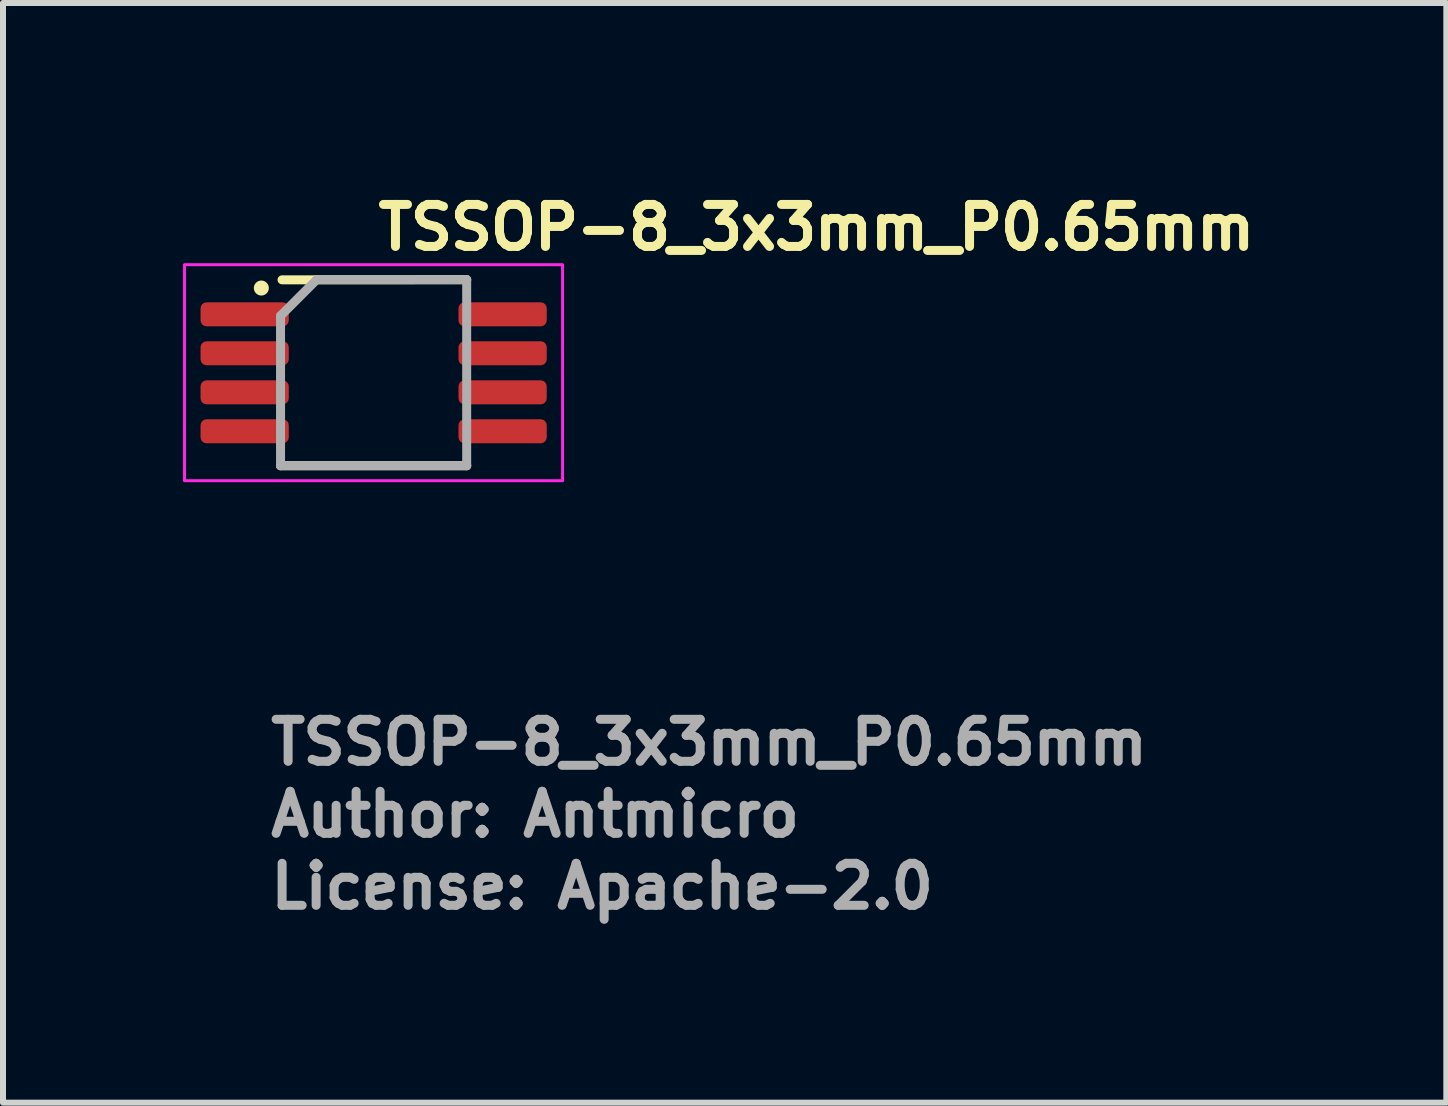
<source format=kicad_pcb>
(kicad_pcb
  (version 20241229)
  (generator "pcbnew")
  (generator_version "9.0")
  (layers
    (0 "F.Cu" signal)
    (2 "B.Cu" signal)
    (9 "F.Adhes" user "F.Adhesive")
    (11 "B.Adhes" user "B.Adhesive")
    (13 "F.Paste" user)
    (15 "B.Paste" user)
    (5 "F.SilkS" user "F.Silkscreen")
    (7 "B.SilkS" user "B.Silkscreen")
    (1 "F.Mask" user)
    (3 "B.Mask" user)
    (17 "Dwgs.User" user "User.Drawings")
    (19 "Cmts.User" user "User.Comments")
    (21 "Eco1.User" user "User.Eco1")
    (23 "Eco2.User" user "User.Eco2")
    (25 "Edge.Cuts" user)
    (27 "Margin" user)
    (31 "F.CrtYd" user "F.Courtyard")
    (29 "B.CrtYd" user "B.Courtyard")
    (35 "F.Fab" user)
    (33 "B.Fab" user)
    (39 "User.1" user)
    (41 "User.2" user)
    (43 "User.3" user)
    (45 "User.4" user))
  (footprint "TSSOP-8_3x3mm_P0.65mm"
    (layer "F.Cu")
    (at 3.175 3.15)
    (property "Reference" "TSSOP-8_3x3mm_P0.65mm" (at 0 -2 0) (layer "F.SilkS") (effects (font (size 0.7 0.7) (thickness 0.15)) (justify left bottom)))
    (attr smd)
    (fp_line (start -1.55 1.561) (end 1.552 1.561) (stroke (width 0.15) (type solid)) (layer "F.SilkS"))
    (fp_line (start -1.525 -1.537) (end 1.552 -1.539) (stroke (width 0.15) (type solid)) (layer "F.SilkS"))
    (fp_circle (center -1.87 -1.4) (end -1.82 -1.4) (stroke (width 0.15) (type solid)) (fill yes) (layer "F.SilkS"))
    (fp_rect (start -3.15 -1.789) (end 3.15 1.811) (stroke (width 0.05) (type solid)) (fill no) (layer "F.CrtYd"))
    (fp_line (start -1.55 -0.937) (end -1.55 1.561) (stroke (width 0.15) (type solid)) (layer "F.Fab"))
    (fp_line (start -1.55 -0.937) (end -0.949 -1.539) (stroke (width 0.15) (type solid)) (layer "F.Fab"))
    (fp_line (start -1.55 1.561) (end 1.552 1.561) (stroke (width 0.15) (type solid)) (layer "F.Fab"))
    (fp_line (start -0.949 -1.539) (end 1.552 -1.539) (stroke (width 0.15) (type solid)) (layer "F.Fab"))
    (fp_line (start 1.552 -1.539) (end 1.552 1.561) (stroke (width 0.15) (type solid)) (layer "F.Fab"))
    (fp_rect (start -2.449 -1.489) (end 2.451 1.513) (stroke (width 0.1) (type solid)) (fill no) (layer "User.5"))
    (fp_line (start -2.449 -0.806) (end -2.449 -1.12) (stroke (width 0.02) (type solid)) (layer "User.9"))
    (fp_line (start -2.449 -0.155) (end -2.449 -0.471) (stroke (width 0.02) (type solid)) (layer "User.9"))
    (fp_line (start -2.449 0.495) (end -2.449 0.18) (stroke (width 0.02) (type solid)) (layer "User.9"))
    (fp_line (start -2.449 1.145) (end -2.449 0.83) (stroke (width 0.02) (type solid)) (layer "User.9"))
    (fp_line (start -2.167 -1.12) (end -2.449 -1.12) (stroke (width 0.02) (type solid)) (layer "User.9"))
    (fp_line (start -2.167 -0.806) (end -2.449 -0.806) (stroke (width 0.02) (type solid)) (layer "User.9"))
    (fp_line (start -2.167 -0.471) (end -2.449 -0.471) (stroke (width 0.02) (type solid)) (layer "User.9"))
    (fp_line (start -2.167 -0.155) (end -2.449 -0.155) (stroke (width 0.02) (type solid)) (layer "User.9"))
    (fp_line (start -2.167 0.18) (end -2.449 0.18) (stroke (width 0.02) (type solid)) (layer "User.9"))
    (fp_line (start -2.167 0.495) (end -2.449 0.495) (stroke (width 0.02) (type solid)) (layer "User.9"))
    (fp_line (start -2.167 0.83) (end -2.449 0.83) (stroke (width 0.02) (type solid)) (layer "User.9"))
    (fp_line (start -2.167 1.145) (end -2.449 1.145) (stroke (width 0.02) (type solid)) (layer "User.9"))
    (fp_line (start -2.076 -1.12) (end -2.167 -1.12) (stroke (width 0.02) (type solid)) (layer "User.9"))
    (fp_line (start -2.076 -0.806) (end -2.167 -0.806) (stroke (width 0.02) (type solid)) (layer "User.9"))
    (fp_line (start -2.076 -0.471) (end -2.167 -0.471) (stroke (width 0.02) (type solid)) (layer "User.9"))
    (fp_line (start -2.076 -0.155) (end -2.167 -0.155) (stroke (width 0.02) (type solid)) (layer "User.9"))
    (fp_line (start -2.076 0.18) (end -2.167 0.18) (stroke (width 0.02) (type solid)) (layer "User.9"))
    (fp_line (start -2.076 0.495) (end -2.167 0.495) (stroke (width 0.02) (type solid)) (layer "User.9"))
    (fp_line (start -2.076 0.83) (end -2.167 0.83) (stroke (width 0.02) (type solid)) (layer "User.9"))
    (fp_line (start -2.076 1.145) (end -2.167 1.145) (stroke (width 0.02) (type solid)) (layer "User.9"))
    (fp_line (start -2.041 -1.12) (end -2.076 -1.12) (stroke (width 0.02) (type solid)) (layer "User.9"))
    (fp_line (start -2.041 -0.806) (end -2.076 -0.806) (stroke (width 0.02) (type solid)) (layer "User.9"))
    (fp_line (start -2.041 -0.471) (end -2.076 -0.471) (stroke (width 0.02) (type solid)) (layer "User.9"))
    (fp_line (start -2.041 -0.155) (end -2.076 -0.155) (stroke (width 0.02) (type solid)) (layer "User.9"))
    (fp_line (start -2.041 0.18) (end -2.076 0.18) (stroke (width 0.02) (type solid)) (layer "User.9"))
    (fp_line (start -2.041 0.495) (end -2.076 0.495) (stroke (width 0.02) (type solid)) (layer "User.9"))
    (fp_line (start -2.041 0.83) (end -2.076 0.83) (stroke (width 0.02) (type solid)) (layer "User.9"))
    (fp_line (start -2.041 1.145) (end -2.076 1.145) (stroke (width 0.02) (type solid)) (layer "User.9"))
    (fp_line (start -1.766 -1.12) (end -2.041 -1.12) (stroke (width 0.02) (type solid)) (layer "User.9"))
    (fp_line (start -1.766 -0.806) (end -2.041 -0.806) (stroke (width 0.02) (type solid)) (layer "User.9"))
    (fp_line (start -1.766 -0.471) (end -2.041 -0.471) (stroke (width 0.02) (type solid)) (layer "User.9"))
    (fp_line (start -1.766 -0.155) (end -2.041 -0.155) (stroke (width 0.02) (type solid)) (layer "User.9"))
    (fp_line (start -1.766 0.18) (end -2.041 0.18) (stroke (width 0.02) (type solid)) (layer "User.9"))
    (fp_line (start -1.766 0.495) (end -2.041 0.495) (stroke (width 0.02) (type solid)) (layer "User.9"))
    (fp_line (start -1.766 0.83) (end -2.041 0.83) (stroke (width 0.02) (type solid)) (layer "User.9"))
    (fp_line (start -1.766 1.145) (end -2.041 1.145) (stroke (width 0.02) (type solid)) (layer "User.9"))
    (fp_line (start -1.499 -1.338) (end -1.499 -1.338) (stroke (width 0.02) (type solid)) (layer "User.9"))
    (fp_line (start -1.499 -1.338) (end -1.499 1.363) (stroke (width 0.02) (type solid)) (layer "User.9"))
    (fp_line (start -1.499 -1.338) (end -1.498 -1.345) (stroke (width 0.02) (type solid)) (layer "User.9"))
    (fp_line (start -1.499 -1.12) (end -1.766 -1.12) (stroke (width 0.02) (type solid)) (layer "User.9"))
    (fp_line (start -1.499 -0.806) (end -1.766 -0.806) (stroke (width 0.02) (type solid)) (layer "User.9"))
    (fp_line (start -1.499 -0.806) (end -1.499 -1.12) (stroke (width 0.02) (type solid)) (layer "User.9"))
    (fp_line (start -1.499 -0.471) (end -1.766 -0.471) (stroke (width 0.02) (type solid)) (layer "User.9"))
    (fp_line (start -1.499 -0.155) (end -1.766 -0.155) (stroke (width 0.02) (type solid)) (layer "User.9"))
    (fp_line (start -1.499 -0.155) (end -1.499 -0.471) (stroke (width 0.02) (type solid)) (layer "User.9"))
    (fp_line (start -1.499 0.18) (end -1.766 0.18) (stroke (width 0.02) (type solid)) (layer "User.9"))
    (fp_line (start -1.499 0.495) (end -1.766 0.495) (stroke (width 0.02) (type solid)) (layer "User.9"))
    (fp_line (start -1.499 0.495) (end -1.499 0.18) (stroke (width 0.02) (type solid)) (layer "User.9"))
    (fp_line (start -1.499 0.83) (end -1.766 0.83) (stroke (width 0.02) (type solid)) (layer "User.9"))
    (fp_line (start -1.499 1.145) (end -1.766 1.145) (stroke (width 0.02) (type solid)) (layer "User.9"))
    (fp_line (start -1.499 1.145) (end -1.499 0.83) (stroke (width 0.02) (type solid)) (layer "User.9"))
    (fp_line (start -1.499 1.363) (end -1.499 1.363) (stroke (width 0.02) (type solid)) (layer "User.9"))
    (fp_line (start -1.498 -1.353) (end -1.497 -1.36) (stroke (width 0.02) (type solid)) (layer "User.9"))
    (fp_line (start -1.498 -1.345) (end -1.498 -1.353) (stroke (width 0.02) (type solid)) (layer "User.9"))
    (fp_line (start -1.498 1.369) (end -1.499 1.363) (stroke (width 0.02) (type solid)) (layer "User.9"))
    (fp_line (start -1.498 1.376) (end -1.498 1.369) (stroke (width 0.02) (type solid)) (layer "User.9"))
    (fp_line (start -1.497 -1.36) (end -1.496 -1.367) (stroke (width 0.02) (type solid)) (layer "User.9"))
    (fp_line (start -1.497 1.384) (end -1.498 1.376) (stroke (width 0.02) (type solid)) (layer "User.9"))
    (fp_line (start -1.496 -1.367) (end -1.494 -1.374) (stroke (width 0.02) (type solid)) (layer "User.9"))
    (fp_line (start -1.496 1.391) (end -1.497 1.384) (stroke (width 0.02) (type solid)) (layer "User.9"))
    (fp_line (start -1.494 -1.374) (end -1.493 -1.38) (stroke (width 0.02) (type solid)) (layer "User.9"))
    (fp_line (start -1.494 1.397) (end -1.496 1.391) (stroke (width 0.02) (type solid)) (layer "User.9"))
    (fp_line (start -1.493 -1.38) (end -1.49 -1.386) (stroke (width 0.02) (type solid)) (layer "User.9"))
    (fp_line (start -1.493 1.404) (end -1.494 1.397) (stroke (width 0.02) (type solid)) (layer "User.9"))
    (fp_line (start -1.49 -1.386) (end -1.488 -1.393) (stroke (width 0.02) (type solid)) (layer "User.9"))
    (fp_line (start -1.49 1.411) (end -1.493 1.404) (stroke (width 0.02) (type solid)) (layer "User.9"))
    (fp_line (start -1.488 -1.393) (end -1.485 -1.4) (stroke (width 0.02) (type solid)) (layer "User.9"))
    (fp_line (start -1.488 1.417) (end -1.49 1.411) (stroke (width 0.02) (type solid)) (layer "User.9"))
    (fp_line (start -1.485 -1.4) (end -1.482 -1.406) (stroke (width 0.02) (type solid)) (layer "User.9"))
    (fp_line (start -1.485 1.424) (end -1.488 1.417) (stroke (width 0.02) (type solid)) (layer "User.9"))
    (fp_line (start -1.482 -1.406) (end -1.478 -1.413) (stroke (width 0.02) (type solid)) (layer "User.9"))
    (fp_line (start -1.482 1.431) (end -1.485 1.424) (stroke (width 0.02) (type solid)) (layer "User.9"))
    (fp_line (start -1.478 -1.413) (end -1.474 -1.42) (stroke (width 0.02) (type solid)) (layer "User.9"))
    (fp_line (start -1.478 1.436) (end -1.482 1.431) (stroke (width 0.02) (type solid)) (layer "User.9"))
    (fp_line (start -1.474 -1.42) (end -1.47 -1.426) (stroke (width 0.02) (type solid)) (layer "User.9"))
    (fp_line (start -1.474 1.444) (end -1.478 1.436) (stroke (width 0.02) (type solid)) (layer "User.9"))
    (fp_line (start -1.47 -1.426) (end -1.465 -1.432) (stroke (width 0.02) (type solid)) (layer "User.9"))
    (fp_line (start -1.47 1.449) (end -1.474 1.444) (stroke (width 0.02) (type solid)) (layer "User.9"))
    (fp_line (start -1.465 -1.432) (end -1.46 -1.438) (stroke (width 0.02) (type solid)) (layer "User.9"))
    (fp_line (start -1.465 1.456) (end -1.47 1.449) (stroke (width 0.02) (type solid)) (layer "User.9"))
    (fp_line (start -1.46 -1.438) (end -1.455 -1.444) (stroke (width 0.02) (type solid)) (layer "User.9"))
    (fp_line (start -1.46 1.461) (end -1.465 1.456) (stroke (width 0.02) (type solid)) (layer "User.9"))
    (fp_line (start -1.455 -1.444) (end -1.455 -1.444) (stroke (width 0.02) (type solid)) (layer "User.9"))
    (fp_line (start -1.455 -1.444) (end -1.448 -1.449) (stroke (width 0.02) (type solid)) (layer "User.9"))
    (fp_line (start -1.455 1.468) (end -1.46 1.461) (stroke (width 0.02) (type solid)) (layer "User.9"))
    (fp_line (start -1.455 1.468) (end -1.455 1.468) (stroke (width 0.02) (type solid)) (layer "User.9"))
    (fp_line (start -1.448 -1.449) (end -1.443 -1.454) (stroke (width 0.02) (type solid)) (layer "User.9"))
    (fp_line (start -1.448 1.473) (end -1.455 1.468) (stroke (width 0.02) (type solid)) (layer "User.9"))
    (fp_line (start -1.443 -1.454) (end -1.437 -1.459) (stroke (width 0.02) (type solid)) (layer "User.9"))
    (fp_line (start -1.443 1.478) (end -1.448 1.473) (stroke (width 0.02) (type solid)) (layer "User.9"))
    (fp_line (start -1.437 -1.459) (end -1.431 -1.463) (stroke (width 0.02) (type solid)) (layer "User.9"))
    (fp_line (start -1.437 1.484) (end -1.443 1.478) (stroke (width 0.02) (type solid)) (layer "User.9"))
    (fp_line (start -1.431 -1.463) (end -1.424 -1.467) (stroke (width 0.02) (type solid)) (layer "User.9"))
    (fp_line (start -1.431 1.488) (end -1.437 1.484) (stroke (width 0.02) (type solid)) (layer "User.9"))
    (fp_line (start -1.424 -1.467) (end -1.418 -1.471) (stroke (width 0.02) (type solid)) (layer "User.9"))
    (fp_line (start -1.424 1.492) (end -1.431 1.488) (stroke (width 0.02) (type solid)) (layer "User.9"))
    (fp_line (start -1.418 -1.471) (end -1.412 -1.474) (stroke (width 0.02) (type solid)) (layer "User.9"))
    (fp_line (start -1.418 1.496) (end -1.424 1.492) (stroke (width 0.02) (type solid)) (layer "User.9"))
    (fp_line (start -1.412 -1.474) (end -1.405 -1.478) (stroke (width 0.02) (type solid)) (layer "User.9"))
    (fp_line (start -1.412 1.498) (end -1.418 1.496) (stroke (width 0.02) (type solid)) (layer "User.9"))
    (fp_line (start -1.405 -1.478) (end -1.398 -1.48) (stroke (width 0.02) (type solid)) (layer "User.9"))
    (fp_line (start -1.405 1.501) (end -1.412 1.498) (stroke (width 0.02) (type solid)) (layer "User.9"))
    (fp_line (start -1.398 -1.48) (end -1.392 -1.483) (stroke (width 0.02) (type solid)) (layer "User.9"))
    (fp_line (start -1.398 1.504) (end -1.405 1.501) (stroke (width 0.02) (type solid)) (layer "User.9"))
    (fp_line (start -1.392 -1.483) (end -1.385 -1.484) (stroke (width 0.02) (type solid)) (layer "User.9"))
    (fp_line (start -1.392 1.506) (end -1.398 1.504) (stroke (width 0.02) (type solid)) (layer "User.9"))
    (fp_line (start -1.385 -1.484) (end -1.377 -1.486) (stroke (width 0.02) (type solid)) (layer "User.9"))
    (fp_line (start -1.385 1.508) (end -1.392 1.506) (stroke (width 0.02) (type solid)) (layer "User.9"))
    (fp_line (start -1.377 -1.486) (end -1.37 -1.487) (stroke (width 0.02) (type solid)) (layer "User.9"))
    (fp_line (start -1.377 1.509) (end -1.385 1.508) (stroke (width 0.02) (type solid)) (layer "User.9"))
    (fp_line (start -1.37 -1.487) (end -1.363 -1.488) (stroke (width 0.02) (type solid)) (layer "User.9"))
    (fp_line (start -1.37 1.51) (end -1.377 1.509) (stroke (width 0.02) (type solid)) (layer "User.9"))
    (fp_line (start -1.363 -1.488) (end -1.356 -1.488) (stroke (width 0.02) (type solid)) (layer "User.9"))
    (fp_line (start -1.363 1.512) (end -1.37 1.51) (stroke (width 0.02) (type solid)) (layer "User.9"))
    (fp_line (start -1.356 -1.488) (end -1.349 -1.489) (stroke (width 0.02) (type solid)) (layer "User.9"))
    (fp_line (start -1.356 1.512) (end -1.363 1.512) (stroke (width 0.02) (type solid)) (layer "User.9"))
    (fp_line (start -1.349 -1.489) (end -1.349 -1.489) (stroke (width 0.02) (type solid)) (layer "User.9"))
    (fp_line (start -1.349 1.513) (end -1.356 1.512) (stroke (width 0.02) (type solid)) (layer "User.9"))
    (fp_line (start -1.349 1.513) (end -1.349 1.513) (stroke (width 0.02) (type solid)) (layer "User.9"))
    (fp_line (start -1.349 1.513) (end 1.351 1.513) (stroke (width 0.02) (type solid)) (layer "User.9"))
    (fp_line (start -1.124 -1) (end -1.124 -0.997) (stroke (width 0.02) (type solid)) (layer "User.9"))
    (fp_line (start -1.124 -1) (end -1.124 -0.997) (stroke (width 0.02) (type solid)) (layer "User.9"))
    (fp_line (start -1.124 -0.997) (end -1.124 -0.992) (stroke (width 0.02) (type solid)) (layer "User.9"))
    (fp_line (start -1.124 -0.997) (end -1.124 -0.992) (stroke (width 0.02) (type solid)) (layer "User.9"))
    (fp_line (start -1.124 -0.992) (end -1.124 -0.989) (stroke (width 0.02) (type solid)) (layer "User.9"))
    (fp_line (start -1.124 -0.992) (end -1.124 -0.989) (stroke (width 0.02) (type solid)) (layer "User.9"))
    (fp_line (start -1.124 -0.989) (end -1.124 -0.98) (stroke (width 0.02) (type solid)) (layer "User.9"))
    (fp_line (start -1.124 -0.989) (end -1.124 -0.98) (stroke (width 0.02) (type solid)) (layer "User.9"))
    (fp_line (start -1.124 -0.98) (end -1.122 -0.972) (stroke (width 0.02) (type solid)) (layer "User.9"))
    (fp_line (start -1.124 -0.98) (end -1.122 -0.972) (stroke (width 0.02) (type solid)) (layer "User.9"))
    (fp_line (start -1.122 -1.013) (end -1.122 -1.008) (stroke (width 0.02) (type solid)) (layer "User.9"))
    (fp_line (start -1.122 -1.013) (end -1.122 -1.008) (stroke (width 0.02) (type solid)) (layer "User.9"))
    (fp_line (start -1.122 -1.008) (end -1.122 -1.005) (stroke (width 0.02) (type solid)) (layer "User.9"))
    (fp_line (start -1.122 -1.008) (end -1.122 -1.005) (stroke (width 0.02) (type solid)) (layer "User.9"))
    (fp_line (start -1.122 -1.005) (end -1.124 -1) (stroke (width 0.02) (type solid)) (layer "User.9"))
    (fp_line (start -1.122 -1.005) (end -1.124 -1) (stroke (width 0.02) (type solid)) (layer "User.9"))
    (fp_line (start -1.122 -0.972) (end -1.122 -0.963) (stroke (width 0.02) (type solid)) (layer "User.9"))
    (fp_line (start -1.122 -0.972) (end -1.122 -0.963) (stroke (width 0.02) (type solid)) (layer "User.9"))
    (fp_line (start -1.122 -0.963) (end -1.12 -0.955) (stroke (width 0.02) (type solid)) (layer "User.9"))
    (fp_line (start -1.122 -0.963) (end -1.12 -0.955) (stroke (width 0.02) (type solid)) (layer "User.9"))
    (fp_line (start -1.12 -1.021) (end -1.12 -1.016) (stroke (width 0.02) (type solid)) (layer "User.9"))
    (fp_line (start -1.12 -1.021) (end -1.12 -1.016) (stroke (width 0.02) (type solid)) (layer "User.9"))
    (fp_line (start -1.12 -1.016) (end -1.122 -1.013) (stroke (width 0.02) (type solid)) (layer "User.9"))
    (fp_line (start -1.12 -1.016) (end -1.122 -1.013) (stroke (width 0.02) (type solid)) (layer "User.9"))
    (fp_line (start -1.12 -0.955) (end -1.118 -0.948) (stroke (width 0.02) (type solid)) (layer "User.9"))
    (fp_line (start -1.12 -0.955) (end -1.118 -0.948) (stroke (width 0.02) (type solid)) (layer "User.9"))
    (fp_line (start -1.118 -1.029) (end -1.118 -1.024) (stroke (width 0.02) (type solid)) (layer "User.9"))
    (fp_line (start -1.118 -1.029) (end -1.118 -1.024) (stroke (width 0.02) (type solid)) (layer "User.9"))
    (fp_line (start -1.118 -1.024) (end -1.12 -1.021) (stroke (width 0.02) (type solid)) (layer "User.9"))
    (fp_line (start -1.118 -1.024) (end -1.12 -1.021) (stroke (width 0.02) (type solid)) (layer "User.9"))
    (fp_line (start -1.118 -0.948) (end -1.114 -0.941) (stroke (width 0.02) (type solid)) (layer "User.9"))
    (fp_line (start -1.118 -0.948) (end -1.114 -0.941) (stroke (width 0.02) (type solid)) (layer "User.9"))
    (fp_line (start -1.116 -1.033) (end -1.118 -1.029) (stroke (width 0.02) (type solid)) (layer "User.9"))
    (fp_line (start -1.116 -1.033) (end -1.118 -1.029) (stroke (width 0.02) (type solid)) (layer "User.9"))
    (fp_line (start -1.114 -1.035) (end -1.116 -1.033) (stroke (width 0.02) (type solid)) (layer "User.9"))
    (fp_line (start -1.114 -1.035) (end -1.116 -1.033) (stroke (width 0.02) (type solid)) (layer "User.9"))
    (fp_line (start -1.114 -0.941) (end -1.112 -0.933) (stroke (width 0.02) (type solid)) (layer "User.9"))
    (fp_line (start -1.114 -0.941) (end -1.112 -0.933) (stroke (width 0.02) (type solid)) (layer "User.9"))
    (fp_line (start -1.112 -1.044) (end -1.112 -1.039) (stroke (width 0.02) (type solid)) (layer "User.9"))
    (fp_line (start -1.112 -1.044) (end -1.112 -1.039) (stroke (width 0.02) (type solid)) (layer "User.9"))
    (fp_line (start -1.112 -1.039) (end -1.114 -1.035) (stroke (width 0.02) (type solid)) (layer "User.9"))
    (fp_line (start -1.112 -1.039) (end -1.114 -1.035) (stroke (width 0.02) (type solid)) (layer "User.9"))
    (fp_line (start -1.112 -0.933) (end -1.108 -0.926) (stroke (width 0.02) (type solid)) (layer "User.9"))
    (fp_line (start -1.112 -0.933) (end -1.108 -0.926) (stroke (width 0.02) (type solid)) (layer "User.9"))
    (fp_line (start -1.11 -1.047) (end -1.112 -1.044) (stroke (width 0.02) (type solid)) (layer "User.9"))
    (fp_line (start -1.11 -1.047) (end -1.112 -1.044) (stroke (width 0.02) (type solid)) (layer "User.9"))
    (fp_line (start -1.108 -1.05) (end -1.11 -1.047) (stroke (width 0.02) (type solid)) (layer "User.9"))
    (fp_line (start -1.108 -1.05) (end -1.11 -1.047) (stroke (width 0.02) (type solid)) (layer "User.9"))
    (fp_line (start -1.108 -0.926) (end -1.102 -0.919) (stroke (width 0.02) (type solid)) (layer "User.9"))
    (fp_line (start -1.108 -0.926) (end -1.102 -0.919) (stroke (width 0.02) (type solid)) (layer "User.9"))
    (fp_line (start -1.106 -1.053) (end -1.108 -1.05) (stroke (width 0.02) (type solid)) (layer "User.9"))
    (fp_line (start -1.106 -1.053) (end -1.108 -1.05) (stroke (width 0.02) (type solid)) (layer "User.9"))
    (fp_line (start -1.102 -1.057) (end -1.106 -1.053) (stroke (width 0.02) (type solid)) (layer "User.9"))
    (fp_line (start -1.102 -1.057) (end -1.106 -1.053) (stroke (width 0.02) (type solid)) (layer "User.9"))
    (fp_line (start -1.102 -0.919) (end -1.098 -0.912) (stroke (width 0.02) (type solid)) (layer "User.9"))
    (fp_line (start -1.102 -0.919) (end -1.098 -0.912) (stroke (width 0.02) (type solid)) (layer "User.9"))
    (fp_line (start -1.1 -1.061) (end -1.102 -1.057) (stroke (width 0.02) (type solid)) (layer "User.9"))
    (fp_line (start -1.1 -1.061) (end -1.102 -1.057) (stroke (width 0.02) (type solid)) (layer "User.9"))
    (fp_line (start -1.098 -1.064) (end -1.1 -1.061) (stroke (width 0.02) (type solid)) (layer "User.9"))
    (fp_line (start -1.098 -1.064) (end -1.1 -1.061) (stroke (width 0.02) (type solid)) (layer "User.9"))
    (fp_line (start -1.098 -0.912) (end -1.094 -0.905) (stroke (width 0.02) (type solid)) (layer "User.9"))
    (fp_line (start -1.098 -0.912) (end -1.094 -0.905) (stroke (width 0.02) (type solid)) (layer "User.9"))
    (fp_line (start -1.096 -1.067) (end -1.098 -1.064) (stroke (width 0.02) (type solid)) (layer "User.9"))
    (fp_line (start -1.096 -1.067) (end -1.098 -1.064) (stroke (width 0.02) (type solid)) (layer "User.9"))
    (fp_line (start -1.094 -1.07) (end -1.096 -1.067) (stroke (width 0.02) (type solid)) (layer "User.9"))
    (fp_line (start -1.094 -1.07) (end -1.096 -1.067) (stroke (width 0.02) (type solid)) (layer "User.9"))
    (fp_line (start -1.094 -0.905) (end -1.088 -0.9) (stroke (width 0.02) (type solid)) (layer "User.9"))
    (fp_line (start -1.094 -0.905) (end -1.088 -0.9) (stroke (width 0.02) (type solid)) (layer "User.9"))
    (fp_line (start -1.09 -1.073) (end -1.094 -1.07) (stroke (width 0.02) (type solid)) (layer "User.9"))
    (fp_line (start -1.09 -1.073) (end -1.094 -1.07) (stroke (width 0.02) (type solid)) (layer "User.9"))
    (fp_line (start -1.088 -1.077) (end -1.09 -1.073) (stroke (width 0.02) (type solid)) (layer "User.9"))
    (fp_line (start -1.088 -1.077) (end -1.09 -1.073) (stroke (width 0.02) (type solid)) (layer "User.9"))
    (fp_line (start -1.088 -0.9) (end -1.082 -0.894) (stroke (width 0.02) (type solid)) (layer "User.9"))
    (fp_line (start -1.088 -0.9) (end -1.082 -0.894) (stroke (width 0.02) (type solid)) (layer "User.9"))
    (fp_line (start -1.084 -1.08) (end -1.088 -1.077) (stroke (width 0.02) (type solid)) (layer "User.9"))
    (fp_line (start -1.084 -1.08) (end -1.088 -1.077) (stroke (width 0.02) (type solid)) (layer "User.9"))
    (fp_line (start -1.082 -1.082) (end -1.084 -1.08) (stroke (width 0.02) (type solid)) (layer "User.9"))
    (fp_line (start -1.082 -1.082) (end -1.084 -1.08) (stroke (width 0.02) (type solid)) (layer "User.9"))
    (fp_line (start -1.082 -0.894) (end -1.076 -0.889) (stroke (width 0.02) (type solid)) (layer "User.9"))
    (fp_line (start -1.082 -0.894) (end -1.076 -0.889) (stroke (width 0.02) (type solid)) (layer "User.9"))
    (fp_line (start -1.078 -1.084) (end -1.082 -1.082) (stroke (width 0.02) (type solid)) (layer "User.9"))
    (fp_line (start -1.078 -1.084) (end -1.082 -1.082) (stroke (width 0.02) (type solid)) (layer "User.9"))
    (fp_line (start -1.076 -1.087) (end -1.078 -1.084) (stroke (width 0.02) (type solid)) (layer "User.9"))
    (fp_line (start -1.076 -1.087) (end -1.078 -1.084) (stroke (width 0.02) (type solid)) (layer "User.9"))
    (fp_line (start -1.076 -0.889) (end -1.068 -0.885) (stroke (width 0.02) (type solid)) (layer "User.9"))
    (fp_line (start -1.076 -0.889) (end -1.068 -0.885) (stroke (width 0.02) (type solid)) (layer "User.9"))
    (fp_line (start -1.072 -1.089) (end -1.076 -1.087) (stroke (width 0.02) (type solid)) (layer "User.9"))
    (fp_line (start -1.072 -1.089) (end -1.076 -1.087) (stroke (width 0.02) (type solid)) (layer "User.9"))
    (fp_line (start -1.068 -1.092) (end -1.072 -1.089) (stroke (width 0.02) (type solid)) (layer "User.9"))
    (fp_line (start -1.068 -1.092) (end -1.072 -1.089) (stroke (width 0.02) (type solid)) (layer "User.9"))
    (fp_line (start -1.068 -0.885) (end -1.062 -0.879) (stroke (width 0.02) (type solid)) (layer "User.9"))
    (fp_line (start -1.068 -0.885) (end -1.062 -0.879) (stroke (width 0.02) (type solid)) (layer "User.9"))
    (fp_line (start -1.066 -1.095) (end -1.068 -1.092) (stroke (width 0.02) (type solid)) (layer "User.9"))
    (fp_line (start -1.066 -1.095) (end -1.068 -1.092) (stroke (width 0.02) (type solid)) (layer "User.9"))
    (fp_line (start -1.062 -1.097) (end -1.066 -1.095) (stroke (width 0.02) (type solid)) (layer "User.9"))
    (fp_line (start -1.062 -1.097) (end -1.066 -1.095) (stroke (width 0.02) (type solid)) (layer "User.9"))
    (fp_line (start -1.062 -1.097) (end -1.062 -1.097) (stroke (width 0.02) (type solid)) (layer "User.9"))
    (fp_line (start -1.062 -1.097) (end -1.062 -1.097) (stroke (width 0.02) (type solid)) (layer "User.9"))
    (fp_line (start -1.062 -0.879) (end -1.062 -0.879) (stroke (width 0.02) (type solid)) (layer "User.9"))
    (fp_line (start -1.062 -0.879) (end -1.062 -0.879) (stroke (width 0.02) (type solid)) (layer "User.9"))
    (fp_line (start -1.062 -0.879) (end -1.054 -0.875) (stroke (width 0.02) (type solid)) (layer "User.9"))
    (fp_line (start -1.062 -0.879) (end -1.054 -0.875) (stroke (width 0.02) (type solid)) (layer "User.9"))
    (fp_line (start -1.054 -1.101) (end -1.062 -1.097) (stroke (width 0.02) (type solid)) (layer "User.9"))
    (fp_line (start -1.054 -1.101) (end -1.062 -1.097) (stroke (width 0.02) (type solid)) (layer "User.9"))
    (fp_line (start -1.054 -0.875) (end -1.046 -0.873) (stroke (width 0.02) (type solid)) (layer "User.9"))
    (fp_line (start -1.054 -0.875) (end -1.046 -0.873) (stroke (width 0.02) (type solid)) (layer "User.9"))
    (fp_line (start -1.046 -1.104) (end -1.054 -1.101) (stroke (width 0.02) (type solid)) (layer "User.9"))
    (fp_line (start -1.046 -1.104) (end -1.054 -1.101) (stroke (width 0.02) (type solid)) (layer "User.9"))
    (fp_line (start -1.046 -0.873) (end -1.038 -0.87) (stroke (width 0.02) (type solid)) (layer "User.9"))
    (fp_line (start -1.046 -0.873) (end -1.038 -0.87) (stroke (width 0.02) (type solid)) (layer "User.9"))
    (fp_line (start -1.038 -1.107) (end -1.046 -1.104) (stroke (width 0.02) (type solid)) (layer "User.9"))
    (fp_line (start -1.038 -1.107) (end -1.046 -1.104) (stroke (width 0.02) (type solid)) (layer "User.9"))
    (fp_line (start -1.038 -0.87) (end -1.032 -0.868) (stroke (width 0.02) (type solid)) (layer "User.9"))
    (fp_line (start -1.038 -0.87) (end -1.032 -0.868) (stroke (width 0.02) (type solid)) (layer "User.9"))
    (fp_line (start -1.032 -1.108) (end -1.038 -1.107) (stroke (width 0.02) (type solid)) (layer "User.9"))
    (fp_line (start -1.032 -1.108) (end -1.038 -1.107) (stroke (width 0.02) (type solid)) (layer "User.9"))
    (fp_line (start -1.032 -0.868) (end -1.024 -0.865) (stroke (width 0.02) (type solid)) (layer "User.9"))
    (fp_line (start -1.032 -0.868) (end -1.024 -0.865) (stroke (width 0.02) (type solid)) (layer "User.9"))
    (fp_line (start -1.024 -1.11) (end -1.032 -1.108) (stroke (width 0.02) (type solid)) (layer "User.9"))
    (fp_line (start -1.024 -1.11) (end -1.032 -1.108) (stroke (width 0.02) (type solid)) (layer "User.9"))
    (fp_line (start -1.024 -0.865) (end -1.016 -0.864) (stroke (width 0.02) (type solid)) (layer "User.9"))
    (fp_line (start -1.024 -0.865) (end -1.016 -0.864) (stroke (width 0.02) (type solid)) (layer "User.9"))
    (fp_line (start -1.016 -1.111) (end -1.024 -1.11) (stroke (width 0.02) (type solid)) (layer "User.9"))
    (fp_line (start -1.016 -1.111) (end -1.024 -1.11) (stroke (width 0.02) (type solid)) (layer "User.9"))
    (fp_line (start -1.016 -0.864) (end -1.008 -0.863) (stroke (width 0.02) (type solid)) (layer "User.9"))
    (fp_line (start -1.016 -0.864) (end -1.008 -0.863) (stroke (width 0.02) (type solid)) (layer "User.9"))
    (fp_line (start -1.008 -1.112) (end -1.016 -1.111) (stroke (width 0.02) (type solid)) (layer "User.9"))
    (fp_line (start -1.008 -1.112) (end -1.016 -1.111) (stroke (width 0.02) (type solid)) (layer "User.9"))
    (fp_line (start -1.008 -0.863) (end -1 -0.863) (stroke (width 0.02) (type solid)) (layer "User.9"))
    (fp_line (start -1.008 -0.863) (end -1 -0.863) (stroke (width 0.02) (type solid)) (layer "User.9"))
    (fp_line (start -1 -1.113) (end -1.008 -1.112) (stroke (width 0.02) (type solid)) (layer "User.9"))
    (fp_line (start -1 -1.113) (end -1.008 -1.112) (stroke (width 0.02) (type solid)) (layer "User.9"))
    (fp_line (start -1 -0.863) (end -0.991 -0.863) (stroke (width 0.02) (type solid)) (layer "User.9"))
    (fp_line (start -1 -0.863) (end -0.991 -0.863) (stroke (width 0.02) (type solid)) (layer "User.9"))
    (fp_line (start -0.991 -1.112) (end -1 -1.113) (stroke (width 0.02) (type solid)) (layer "User.9"))
    (fp_line (start -0.991 -1.112) (end -1 -1.113) (stroke (width 0.02) (type solid)) (layer "User.9"))
    (fp_line (start -0.991 -0.863) (end -0.983 -0.864) (stroke (width 0.02) (type solid)) (layer "User.9"))
    (fp_line (start -0.991 -0.863) (end -0.983 -0.864) (stroke (width 0.02) (type solid)) (layer "User.9"))
    (fp_line (start -0.983 -1.111) (end -0.991 -1.112) (stroke (width 0.02) (type solid)) (layer "User.9"))
    (fp_line (start -0.983 -1.111) (end -0.991 -1.112) (stroke (width 0.02) (type solid)) (layer "User.9"))
    (fp_line (start -0.983 -0.864) (end -0.975 -0.865) (stroke (width 0.02) (type solid)) (layer "User.9"))
    (fp_line (start -0.983 -0.864) (end -0.975 -0.865) (stroke (width 0.02) (type solid)) (layer "User.9"))
    (fp_line (start -0.975 -1.11) (end -0.983 -1.111) (stroke (width 0.02) (type solid)) (layer "User.9"))
    (fp_line (start -0.975 -1.11) (end -0.983 -1.111) (stroke (width 0.02) (type solid)) (layer "User.9"))
    (fp_line (start -0.975 -0.865) (end -0.967 -0.868) (stroke (width 0.02) (type solid)) (layer "User.9"))
    (fp_line (start -0.975 -0.865) (end -0.967 -0.868) (stroke (width 0.02) (type solid)) (layer "User.9"))
    (fp_line (start -0.967 -1.108) (end -0.975 -1.11) (stroke (width 0.02) (type solid)) (layer "User.9"))
    (fp_line (start -0.967 -1.108) (end -0.975 -1.11) (stroke (width 0.02) (type solid)) (layer "User.9"))
    (fp_line (start -0.967 -0.868) (end -0.959 -0.87) (stroke (width 0.02) (type solid)) (layer "User.9"))
    (fp_line (start -0.967 -0.868) (end -0.959 -0.87) (stroke (width 0.02) (type solid)) (layer "User.9"))
    (fp_line (start -0.959 -1.107) (end -0.967 -1.108) (stroke (width 0.02) (type solid)) (layer "User.9"))
    (fp_line (start -0.959 -1.107) (end -0.967 -1.108) (stroke (width 0.02) (type solid)) (layer "User.9"))
    (fp_line (start -0.959 -0.87) (end -0.951 -0.873) (stroke (width 0.02) (type solid)) (layer "User.9"))
    (fp_line (start -0.959 -0.87) (end -0.951 -0.873) (stroke (width 0.02) (type solid)) (layer "User.9"))
    (fp_line (start -0.951 -1.104) (end -0.959 -1.107) (stroke (width 0.02) (type solid)) (layer "User.9"))
    (fp_line (start -0.951 -1.104) (end -0.959 -1.107) (stroke (width 0.02) (type solid)) (layer "User.9"))
    (fp_line (start -0.951 -0.873) (end -0.943 -0.875) (stroke (width 0.02) (type solid)) (layer "User.9"))
    (fp_line (start -0.951 -0.873) (end -0.943 -0.875) (stroke (width 0.02) (type solid)) (layer "User.9"))
    (fp_line (start -0.943 -1.101) (end -0.951 -1.104) (stroke (width 0.02) (type solid)) (layer "User.9"))
    (fp_line (start -0.943 -1.101) (end -0.951 -1.104) (stroke (width 0.02) (type solid)) (layer "User.9"))
    (fp_line (start -0.943 -0.875) (end -0.937 -0.879) (stroke (width 0.02) (type solid)) (layer "User.9"))
    (fp_line (start -0.943 -0.875) (end -0.937 -0.879) (stroke (width 0.02) (type solid)) (layer "User.9"))
    (fp_line (start -0.937 -1.097) (end -0.943 -1.101) (stroke (width 0.02) (type solid)) (layer "User.9"))
    (fp_line (start -0.937 -1.097) (end -0.943 -1.101) (stroke (width 0.02) (type solid)) (layer "User.9"))
    (fp_line (start -0.937 -1.097) (end -0.937 -1.097) (stroke (width 0.02) (type solid)) (layer "User.9"))
    (fp_line (start -0.937 -1.097) (end -0.937 -1.097) (stroke (width 0.02) (type solid)) (layer "User.9"))
    (fp_line (start -0.937 -0.879) (end -0.937 -0.879) (stroke (width 0.02) (type solid)) (layer "User.9"))
    (fp_line (start -0.937 -0.879) (end -0.937 -0.879) (stroke (width 0.02) (type solid)) (layer "User.9"))
    (fp_line (start -0.937 -0.879) (end -0.933 -0.881) (stroke (width 0.02) (type solid)) (layer "User.9"))
    (fp_line (start -0.937 -0.879) (end -0.933 -0.881) (stroke (width 0.02) (type solid)) (layer "User.9"))
    (fp_line (start -0.933 -0.881) (end -0.929 -0.885) (stroke (width 0.02) (type solid)) (layer "User.9"))
    (fp_line (start -0.933 -0.881) (end -0.929 -0.885) (stroke (width 0.02) (type solid)) (layer "User.9"))
    (fp_line (start -0.929 -1.092) (end -0.937 -1.097) (stroke (width 0.02) (type solid)) (layer "User.9"))
    (fp_line (start -0.929 -1.092) (end -0.937 -1.097) (stroke (width 0.02) (type solid)) (layer "User.9"))
    (fp_line (start -0.929 -0.885) (end -0.927 -0.887) (stroke (width 0.02) (type solid)) (layer "User.9"))
    (fp_line (start -0.929 -0.885) (end -0.927 -0.887) (stroke (width 0.02) (type solid)) (layer "User.9"))
    (fp_line (start -0.927 -0.887) (end -0.923 -0.889) (stroke (width 0.02) (type solid)) (layer "User.9"))
    (fp_line (start -0.927 -0.887) (end -0.923 -0.889) (stroke (width 0.02) (type solid)) (layer "User.9"))
    (fp_line (start -0.923 -1.087) (end -0.929 -1.092) (stroke (width 0.02) (type solid)) (layer "User.9"))
    (fp_line (start -0.923 -1.087) (end -0.929 -1.092) (stroke (width 0.02) (type solid)) (layer "User.9"))
    (fp_line (start -0.923 -0.889) (end -0.919 -0.891) (stroke (width 0.02) (type solid)) (layer "User.9"))
    (fp_line (start -0.923 -0.889) (end -0.919 -0.891) (stroke (width 0.02) (type solid)) (layer "User.9"))
    (fp_line (start -0.919 -0.891) (end -0.917 -0.894) (stroke (width 0.02) (type solid)) (layer "User.9"))
    (fp_line (start -0.919 -0.891) (end -0.917 -0.894) (stroke (width 0.02) (type solid)) (layer "User.9"))
    (fp_line (start -0.917 -1.082) (end -0.923 -1.087) (stroke (width 0.02) (type solid)) (layer "User.9"))
    (fp_line (start -0.917 -1.082) (end -0.923 -1.087) (stroke (width 0.02) (type solid)) (layer "User.9"))
    (fp_line (start -0.917 -0.894) (end -0.913 -0.896) (stroke (width 0.02) (type solid)) (layer "User.9"))
    (fp_line (start -0.917 -0.894) (end -0.913 -0.896) (stroke (width 0.02) (type solid)) (layer "User.9"))
    (fp_line (start -0.913 -0.896) (end -0.911 -0.9) (stroke (width 0.02) (type solid)) (layer "User.9"))
    (fp_line (start -0.913 -0.896) (end -0.911 -0.9) (stroke (width 0.02) (type solid)) (layer "User.9"))
    (fp_line (start -0.911 -1.077) (end -0.917 -1.082) (stroke (width 0.02) (type solid)) (layer "User.9"))
    (fp_line (start -0.911 -1.077) (end -0.917 -1.082) (stroke (width 0.02) (type solid)) (layer "User.9"))
    (fp_line (start -0.911 -0.9) (end -0.907 -0.903) (stroke (width 0.02) (type solid)) (layer "User.9"))
    (fp_line (start -0.911 -0.9) (end -0.907 -0.903) (stroke (width 0.02) (type solid)) (layer "User.9"))
    (fp_line (start -0.907 -0.903) (end -0.905 -0.905) (stroke (width 0.02) (type solid)) (layer "User.9"))
    (fp_line (start -0.907 -0.903) (end -0.905 -0.905) (stroke (width 0.02) (type solid)) (layer "User.9"))
    (fp_line (start -0.905 -1.07) (end -0.911 -1.077) (stroke (width 0.02) (type solid)) (layer "User.9"))
    (fp_line (start -0.905 -1.07) (end -0.911 -1.077) (stroke (width 0.02) (type solid)) (layer "User.9"))
    (fp_line (start -0.905 -0.905) (end -0.903 -0.909) (stroke (width 0.02) (type solid)) (layer "User.9"))
    (fp_line (start -0.905 -0.905) (end -0.903 -0.909) (stroke (width 0.02) (type solid)) (layer "User.9"))
    (fp_line (start -0.903 -0.909) (end -0.899 -0.912) (stroke (width 0.02) (type solid)) (layer "User.9"))
    (fp_line (start -0.903 -0.909) (end -0.899 -0.912) (stroke (width 0.02) (type solid)) (layer "User.9"))
    (fp_line (start -0.899 -1.064) (end -0.905 -1.07) (stroke (width 0.02) (type solid)) (layer "User.9"))
    (fp_line (start -0.899 -1.064) (end -0.905 -1.07) (stroke (width 0.02) (type solid)) (layer "User.9"))
    (fp_line (start -0.899 -0.912) (end -0.897 -0.916) (stroke (width 0.02) (type solid)) (layer "User.9"))
    (fp_line (start -0.899 -0.912) (end -0.897 -0.916) (stroke (width 0.02) (type solid)) (layer "User.9"))
    (fp_line (start -0.897 -0.916) (end -0.895 -0.919) (stroke (width 0.02) (type solid)) (layer "User.9"))
    (fp_line (start -0.897 -0.916) (end -0.895 -0.919) (stroke (width 0.02) (type solid)) (layer "User.9"))
    (fp_line (start -0.895 -1.057) (end -0.899 -1.064) (stroke (width 0.02) (type solid)) (layer "User.9"))
    (fp_line (start -0.895 -1.057) (end -0.899 -1.064) (stroke (width 0.02) (type solid)) (layer "User.9"))
    (fp_line (start -0.895 -0.919) (end -0.893 -0.922) (stroke (width 0.02) (type solid)) (layer "User.9"))
    (fp_line (start -0.895 -0.919) (end -0.893 -0.922) (stroke (width 0.02) (type solid)) (layer "User.9"))
    (fp_line (start -0.893 -0.922) (end -0.891 -0.926) (stroke (width 0.02) (type solid)) (layer "User.9"))
    (fp_line (start -0.893 -0.922) (end -0.891 -0.926) (stroke (width 0.02) (type solid)) (layer "User.9"))
    (fp_line (start -0.891 -1.05) (end -0.895 -1.057) (stroke (width 0.02) (type solid)) (layer "User.9"))
    (fp_line (start -0.891 -1.05) (end -0.895 -1.057) (stroke (width 0.02) (type solid)) (layer "User.9"))
    (fp_line (start -0.891 -0.926) (end -0.889 -0.929) (stroke (width 0.02) (type solid)) (layer "User.9"))
    (fp_line (start -0.891 -0.926) (end -0.889 -0.929) (stroke (width 0.02) (type solid)) (layer "User.9"))
    (fp_line (start -0.889 -0.929) (end -0.887 -0.933) (stroke (width 0.02) (type solid)) (layer "User.9"))
    (fp_line (start -0.889 -0.929) (end -0.887 -0.933) (stroke (width 0.02) (type solid)) (layer "User.9"))
    (fp_line (start -0.887 -1.044) (end -0.891 -1.05) (stroke (width 0.02) (type solid)) (layer "User.9"))
    (fp_line (start -0.887 -1.044) (end -0.891 -1.05) (stroke (width 0.02) (type solid)) (layer "User.9"))
    (fp_line (start -0.887 -0.933) (end -0.885 -0.936) (stroke (width 0.02) (type solid)) (layer "User.9"))
    (fp_line (start -0.887 -0.933) (end -0.885 -0.936) (stroke (width 0.02) (type solid)) (layer "User.9"))
    (fp_line (start -0.885 -0.936) (end -0.883 -0.941) (stroke (width 0.02) (type solid)) (layer "User.9"))
    (fp_line (start -0.885 -0.936) (end -0.883 -0.941) (stroke (width 0.02) (type solid)) (layer "User.9"))
    (fp_line (start -0.883 -1.035) (end -0.887 -1.044) (stroke (width 0.02) (type solid)) (layer "User.9"))
    (fp_line (start -0.883 -1.035) (end -0.887 -1.044) (stroke (width 0.02) (type solid)) (layer "User.9"))
    (fp_line (start -0.883 -0.944) (end -0.881 -0.948) (stroke (width 0.02) (type solid)) (layer "User.9"))
    (fp_line (start -0.883 -0.944) (end -0.881 -0.948) (stroke (width 0.02) (type solid)) (layer "User.9"))
    (fp_line (start -0.883 -0.941) (end -0.883 -0.944) (stroke (width 0.02) (type solid)) (layer "User.9"))
    (fp_line (start -0.883 -0.941) (end -0.883 -0.944) (stroke (width 0.02) (type solid)) (layer "User.9"))
    (fp_line (start -0.881 -1.029) (end -0.883 -1.035) (stroke (width 0.02) (type solid)) (layer "User.9"))
    (fp_line (start -0.881 -1.029) (end -0.883 -1.035) (stroke (width 0.02) (type solid)) (layer "User.9"))
    (fp_line (start -0.881 -0.948) (end -0.879 -0.952) (stroke (width 0.02) (type solid)) (layer "User.9"))
    (fp_line (start -0.881 -0.948) (end -0.879 -0.952) (stroke (width 0.02) (type solid)) (layer "User.9"))
    (fp_line (start -0.879 -1.021) (end -0.881 -1.029) (stroke (width 0.02) (type solid)) (layer "User.9"))
    (fp_line (start -0.879 -1.021) (end -0.881 -1.029) (stroke (width 0.02) (type solid)) (layer "User.9"))
    (fp_line (start -0.879 -0.955) (end -0.877 -0.959) (stroke (width 0.02) (type solid)) (layer "User.9"))
    (fp_line (start -0.879 -0.955) (end -0.877 -0.959) (stroke (width 0.02) (type solid)) (layer "User.9"))
    (fp_line (start -0.879 -0.952) (end -0.879 -0.955) (stroke (width 0.02) (type solid)) (layer "User.9"))
    (fp_line (start -0.879 -0.952) (end -0.879 -0.955) (stroke (width 0.02) (type solid)) (layer "User.9"))
    (fp_line (start -0.877 -1.013) (end -0.879 -1.021) (stroke (width 0.02) (type solid)) (layer "User.9"))
    (fp_line (start -0.877 -1.013) (end -0.879 -1.021) (stroke (width 0.02) (type solid)) (layer "User.9"))
    (fp_line (start -0.877 -0.963) (end -0.875 -0.967) (stroke (width 0.02) (type solid)) (layer "User.9"))
    (fp_line (start -0.877 -0.963) (end -0.875 -0.967) (stroke (width 0.02) (type solid)) (layer "User.9"))
    (fp_line (start -0.877 -0.959) (end -0.877 -0.963) (stroke (width 0.02) (type solid)) (layer "User.9"))
    (fp_line (start -0.877 -0.959) (end -0.877 -0.963) (stroke (width 0.02) (type solid)) (layer "User.9"))
    (fp_line (start -0.875 -1.005) (end -0.877 -1.013) (stroke (width 0.02) (type solid)) (layer "User.9"))
    (fp_line (start -0.875 -1.005) (end -0.877 -1.013) (stroke (width 0.02) (type solid)) (layer "User.9"))
    (fp_line (start -0.875 -0.997) (end -0.875 -1.005) (stroke (width 0.02) (type solid)) (layer "User.9"))
    (fp_line (start -0.875 -0.997) (end -0.875 -1.005) (stroke (width 0.02) (type solid)) (layer "User.9"))
    (fp_line (start -0.875 -0.989) (end -0.875 -0.997) (stroke (width 0.02) (type solid)) (layer "User.9"))
    (fp_line (start -0.875 -0.989) (end -0.875 -0.997) (stroke (width 0.02) (type solid)) (layer "User.9"))
    (fp_line (start -0.875 -0.984) (end -0.875 -0.989) (stroke (width 0.02) (type solid)) (layer "User.9"))
    (fp_line (start -0.875 -0.984) (end -0.875 -0.989) (stroke (width 0.02) (type solid)) (layer "User.9"))
    (fp_line (start -0.875 -0.98) (end -0.875 -0.984) (stroke (width 0.02) (type solid)) (layer "User.9"))
    (fp_line (start -0.875 -0.98) (end -0.875 -0.984) (stroke (width 0.02) (type solid)) (layer "User.9"))
    (fp_line (start -0.875 -0.976) (end -0.875 -0.98) (stroke (width 0.02) (type solid)) (layer "User.9"))
    (fp_line (start -0.875 -0.976) (end -0.875 -0.98) (stroke (width 0.02) (type solid)) (layer "User.9"))
    (fp_line (start -0.875 -0.972) (end -0.875 -0.976) (stroke (width 0.02) (type solid)) (layer "User.9"))
    (fp_line (start -0.875 -0.972) (end -0.875 -0.976) (stroke (width 0.02) (type solid)) (layer "User.9"))
    (fp_line (start -0.875 -0.967) (end -0.875 -0.972) (stroke (width 0.02) (type solid)) (layer "User.9"))
    (fp_line (start -0.875 -0.967) (end -0.875 -0.972) (stroke (width 0.02) (type solid)) (layer "User.9"))
    (fp_line (start 1.351 -1.489) (end -1.349 -1.489) (stroke (width 0.02) (type solid)) (layer "User.9"))
    (fp_line (start 1.351 -1.489) (end 1.351 -1.489) (stroke (width 0.02) (type solid)) (layer "User.9"))
    (fp_line (start 1.351 -1.489) (end 1.359 -1.488) (stroke (width 0.02) (type solid)) (layer "User.9"))
    (fp_line (start 1.351 1.513) (end 1.351 1.513) (stroke (width 0.02) (type solid)) (layer "User.9"))
    (fp_line (start 1.359 -1.488) (end 1.366 -1.488) (stroke (width 0.02) (type solid)) (layer "User.9"))
    (fp_line (start 1.359 1.512) (end 1.351 1.513) (stroke (width 0.02) (type solid)) (layer "User.9"))
    (fp_line (start 1.366 -1.488) (end 1.372 -1.487) (stroke (width 0.02) (type solid)) (layer "User.9"))
    (fp_line (start 1.366 1.512) (end 1.359 1.512) (stroke (width 0.02) (type solid)) (layer "User.9"))
    (fp_line (start 1.372 -1.487) (end 1.379 -1.486) (stroke (width 0.02) (type solid)) (layer "User.9"))
    (fp_line (start 1.372 1.51) (end 1.366 1.512) (stroke (width 0.02) (type solid)) (layer "User.9"))
    (fp_line (start 1.379 -1.486) (end 1.387 -1.484) (stroke (width 0.02) (type solid)) (layer "User.9"))
    (fp_line (start 1.379 1.509) (end 1.372 1.51) (stroke (width 0.02) (type solid)) (layer "User.9"))
    (fp_line (start 1.387 -1.484) (end 1.394 -1.483) (stroke (width 0.02) (type solid)) (layer "User.9"))
    (fp_line (start 1.387 1.508) (end 1.379 1.509) (stroke (width 0.02) (type solid)) (layer "User.9"))
    (fp_line (start 1.394 -1.483) (end 1.399 -1.48) (stroke (width 0.02) (type solid)) (layer "User.9"))
    (fp_line (start 1.394 1.506) (end 1.387 1.508) (stroke (width 0.02) (type solid)) (layer "User.9"))
    (fp_line (start 1.399 -1.48) (end 1.407 -1.478) (stroke (width 0.02) (type solid)) (layer "User.9"))
    (fp_line (start 1.399 1.504) (end 1.394 1.506) (stroke (width 0.02) (type solid)) (layer "User.9"))
    (fp_line (start 1.407 -1.478) (end 1.414 -1.474) (stroke (width 0.02) (type solid)) (layer "User.9"))
    (fp_line (start 1.407 1.501) (end 1.399 1.504) (stroke (width 0.02) (type solid)) (layer "User.9"))
    (fp_line (start 1.414 -1.474) (end 1.419 -1.471) (stroke (width 0.02) (type solid)) (layer "User.9"))
    (fp_line (start 1.414 1.498) (end 1.407 1.501) (stroke (width 0.02) (type solid)) (layer "User.9"))
    (fp_line (start 1.419 -1.471) (end 1.426 -1.467) (stroke (width 0.02) (type solid)) (layer "User.9"))
    (fp_line (start 1.419 1.496) (end 1.414 1.498) (stroke (width 0.02) (type solid)) (layer "User.9"))
    (fp_line (start 1.426 -1.467) (end 1.432 -1.463) (stroke (width 0.02) (type solid)) (layer "User.9"))
    (fp_line (start 1.426 1.492) (end 1.419 1.496) (stroke (width 0.02) (type solid)) (layer "User.9"))
    (fp_line (start 1.432 -1.463) (end 1.439 -1.459) (stroke (width 0.02) (type solid)) (layer "User.9"))
    (fp_line (start 1.432 1.488) (end 1.426 1.492) (stroke (width 0.02) (type solid)) (layer "User.9"))
    (fp_line (start 1.439 -1.459) (end 1.444 -1.454) (stroke (width 0.02) (type solid)) (layer "User.9"))
    (fp_line (start 1.439 1.484) (end 1.432 1.488) (stroke (width 0.02) (type solid)) (layer "User.9"))
    (fp_line (start 1.444 -1.454) (end 1.451 -1.449) (stroke (width 0.02) (type solid)) (layer "User.9"))
    (fp_line (start 1.444 1.478) (end 1.439 1.484) (stroke (width 0.02) (type solid)) (layer "User.9"))
    (fp_line (start 1.451 -1.449) (end 1.457 -1.444) (stroke (width 0.02) (type solid)) (layer "User.9"))
    (fp_line (start 1.451 1.473) (end 1.444 1.478) (stroke (width 0.02) (type solid)) (layer "User.9"))
    (fp_line (start 1.457 -1.444) (end 1.457 -1.444) (stroke (width 0.02) (type solid)) (layer "User.9"))
    (fp_line (start 1.457 -1.444) (end 1.463 -1.438) (stroke (width 0.02) (type solid)) (layer "User.9"))
    (fp_line (start 1.457 1.468) (end 1.451 1.473) (stroke (width 0.02) (type solid)) (layer "User.9"))
    (fp_line (start 1.457 1.468) (end 1.457 1.468) (stroke (width 0.02) (type solid)) (layer "User.9"))
    (fp_line (start 1.463 -1.438) (end 1.468 -1.432) (stroke (width 0.02) (type solid)) (layer "User.9"))
    (fp_line (start 1.463 1.461) (end 1.457 1.468) (stroke (width 0.02) (type solid)) (layer "User.9"))
    (fp_line (start 1.468 -1.432) (end 1.472 -1.426) (stroke (width 0.02) (type solid)) (layer "User.9"))
    (fp_line (start 1.468 1.456) (end 1.463 1.461) (stroke (width 0.02) (type solid)) (layer "User.9"))
    (fp_line (start 1.472 -1.426) (end 1.476 -1.42) (stroke (width 0.02) (type solid)) (layer "User.9"))
    (fp_line (start 1.472 1.449) (end 1.468 1.456) (stroke (width 0.02) (type solid)) (layer "User.9"))
    (fp_line (start 1.476 -1.42) (end 1.48 -1.413) (stroke (width 0.02) (type solid)) (layer "User.9"))
    (fp_line (start 1.476 1.444) (end 1.472 1.449) (stroke (width 0.02) (type solid)) (layer "User.9"))
    (fp_line (start 1.48 -1.413) (end 1.484 -1.406) (stroke (width 0.02) (type solid)) (layer "User.9"))
    (fp_line (start 1.48 1.436) (end 1.476 1.444) (stroke (width 0.02) (type solid)) (layer "User.9"))
    (fp_line (start 1.484 -1.406) (end 1.488 -1.4) (stroke (width 0.02) (type solid)) (layer "User.9"))
    (fp_line (start 1.484 1.431) (end 1.48 1.436) (stroke (width 0.02) (type solid)) (layer "User.9"))
    (fp_line (start 1.488 -1.4) (end 1.491 -1.393) (stroke (width 0.02) (type solid)) (layer "User.9"))
    (fp_line (start 1.488 1.424) (end 1.484 1.431) (stroke (width 0.02) (type solid)) (layer "User.9"))
    (fp_line (start 1.491 -1.393) (end 1.492 -1.386) (stroke (width 0.02) (type solid)) (layer "User.9"))
    (fp_line (start 1.491 1.417) (end 1.488 1.424) (stroke (width 0.02) (type solid)) (layer "User.9"))
    (fp_line (start 1.492 -1.386) (end 1.496 -1.38) (stroke (width 0.02) (type solid)) (layer "User.9"))
    (fp_line (start 1.492 1.411) (end 1.491 1.417) (stroke (width 0.02) (type solid)) (layer "User.9"))
    (fp_line (start 1.496 -1.38) (end 1.496 -1.374) (stroke (width 0.02) (type solid)) (layer "User.9"))
    (fp_line (start 1.496 -1.374) (end 1.499 -1.367) (stroke (width 0.02) (type solid)) (layer "User.9"))
    (fp_line (start 1.496 1.397) (end 1.496 1.404) (stroke (width 0.02) (type solid)) (layer "User.9"))
    (fp_line (start 1.496 1.404) (end 1.492 1.411) (stroke (width 0.02) (type solid)) (layer "User.9"))
    (fp_line (start 1.499 -1.367) (end 1.5 -1.36) (stroke (width 0.02) (type solid)) (layer "User.9"))
    (fp_line (start 1.499 1.391) (end 1.496 1.397) (stroke (width 0.02) (type solid)) (layer "User.9"))
    (fp_line (start 1.5 -1.36) (end 1.5 -1.353) (stroke (width 0.02) (type solid)) (layer "User.9"))
    (fp_line (start 1.5 -1.353) (end 1.5 -1.345) (stroke (width 0.02) (type solid)) (layer "User.9"))
    (fp_line (start 1.5 -1.345) (end 1.5 -1.338) (stroke (width 0.02) (type solid)) (layer "User.9"))
    (fp_line (start 1.5 -1.338) (end 1.5 -1.338) (stroke (width 0.02) (type solid)) (layer "User.9"))
    (fp_line (start 1.5 -0.806) (end 1.5 -1.12) (stroke (width 0.02) (type solid)) (layer "User.9"))
    (fp_line (start 1.5 -0.155) (end 1.5 -0.471) (stroke (width 0.02) (type solid)) (layer "User.9"))
    (fp_line (start 1.5 0.495) (end 1.5 0.18) (stroke (width 0.02) (type solid)) (layer "User.9"))
    (fp_line (start 1.5 1.145) (end 1.5 0.83) (stroke (width 0.02) (type solid)) (layer "User.9"))
    (fp_line (start 1.5 1.363) (end 1.5 -1.338) (stroke (width 0.02) (type solid)) (layer "User.9"))
    (fp_line (start 1.5 1.363) (end 1.5 1.363) (stroke (width 0.02) (type solid)) (layer "User.9"))
    (fp_line (start 1.5 1.363) (end 1.5 1.369) (stroke (width 0.02) (type solid)) (layer "User.9"))
    (fp_line (start 1.5 1.369) (end 1.5 1.376) (stroke (width 0.02) (type solid)) (layer "User.9"))
    (fp_line (start 1.5 1.376) (end 1.5 1.384) (stroke (width 0.02) (type solid)) (layer "User.9"))
    (fp_line (start 1.5 1.384) (end 1.499 1.391) (stroke (width 0.02) (type solid)) (layer "User.9"))
    (fp_line (start 1.767 -1.12) (end 1.5 -1.12) (stroke (width 0.02) (type solid)) (layer "User.9"))
    (fp_line (start 1.767 -0.806) (end 1.5 -0.806) (stroke (width 0.02) (type solid)) (layer "User.9"))
    (fp_line (start 1.767 -0.471) (end 1.5 -0.471) (stroke (width 0.02) (type solid)) (layer "User.9"))
    (fp_line (start 1.767 -0.155) (end 1.5 -0.155) (stroke (width 0.02) (type solid)) (layer "User.9"))
    (fp_line (start 1.767 0.18) (end 1.5 0.18) (stroke (width 0.02) (type solid)) (layer "User.9"))
    (fp_line (start 1.767 0.495) (end 1.5 0.495) (stroke (width 0.02) (type solid)) (layer "User.9"))
    (fp_line (start 1.767 0.83) (end 1.5 0.83) (stroke (width 0.02) (type solid)) (layer "User.9"))
    (fp_line (start 1.767 1.145) (end 1.5 1.145) (stroke (width 0.02) (type solid)) (layer "User.9"))
    (fp_line (start 2.042 -1.12) (end 1.767 -1.12) (stroke (width 0.02) (type solid)) (layer "User.9"))
    (fp_line (start 2.042 -0.806) (end 1.767 -0.806) (stroke (width 0.02) (type solid)) (layer "User.9"))
    (fp_line (start 2.042 -0.471) (end 1.767 -0.471) (stroke (width 0.02) (type solid)) (layer "User.9"))
    (fp_line (start 2.042 -0.155) (end 1.767 -0.155) (stroke (width 0.02) (type solid)) (layer "User.9"))
    (fp_line (start 2.042 0.18) (end 1.767 0.18) (stroke (width 0.02) (type solid)) (layer "User.9"))
    (fp_line (start 2.042 0.495) (end 1.767 0.495) (stroke (width 0.02) (type solid)) (layer "User.9"))
    (fp_line (start 2.042 0.83) (end 1.767 0.83) (stroke (width 0.02) (type solid)) (layer "User.9"))
    (fp_line (start 2.042 1.145) (end 1.767 1.145) (stroke (width 0.02) (type solid)) (layer "User.9"))
    (fp_line (start 2.079 -1.12) (end 2.042 -1.12) (stroke (width 0.02) (type solid)) (layer "User.9"))
    (fp_line (start 2.079 -0.806) (end 2.042 -0.806) (stroke (width 0.02) (type solid)) (layer "User.9"))
    (fp_line (start 2.079 -0.471) (end 2.042 -0.471) (stroke (width 0.02) (type solid)) (layer "User.9"))
    (fp_line (start 2.079 -0.155) (end 2.042 -0.155) (stroke (width 0.02) (type solid)) (layer "User.9"))
    (fp_line (start 2.079 0.18) (end 2.042 0.18) (stroke (width 0.02) (type solid)) (layer "User.9"))
    (fp_line (start 2.079 0.495) (end 2.042 0.495) (stroke (width 0.02) (type solid)) (layer "User.9"))
    (fp_line (start 2.079 0.83) (end 2.042 0.83) (stroke (width 0.02) (type solid)) (layer "User.9"))
    (fp_line (start 2.079 1.145) (end 2.042 1.145) (stroke (width 0.02) (type solid)) (layer "User.9"))
    (fp_line (start 2.17 -1.12) (end 2.079 -1.12) (stroke (width 0.02) (type solid)) (layer "User.9"))
    (fp_line (start 2.17 -0.806) (end 2.079 -0.806) (stroke (width 0.02) (type solid)) (layer "User.9"))
    (fp_line (start 2.17 -0.471) (end 2.079 -0.471) (stroke (width 0.02) (type solid)) (layer "User.9"))
    (fp_line (start 2.17 -0.155) (end 2.079 -0.155) (stroke (width 0.02) (type solid)) (layer "User.9"))
    (fp_line (start 2.17 0.18) (end 2.079 0.18) (stroke (width 0.02) (type solid)) (layer "User.9"))
    (fp_line (start 2.17 0.495) (end 2.079 0.495) (stroke (width 0.02) (type solid)) (layer "User.9"))
    (fp_line (start 2.17 0.83) (end 2.079 0.83) (stroke (width 0.02) (type solid)) (layer "User.9"))
    (fp_line (start 2.17 1.145) (end 2.079 1.145) (stroke (width 0.02) (type solid)) (layer "User.9"))
    (fp_line (start 2.451 -1.12) (end 2.17 -1.12) (stroke (width 0.02) (type solid)) (layer "User.9"))
    (fp_line (start 2.451 -0.806) (end 2.17 -0.806) (stroke (width 0.02) (type solid)) (layer "User.9"))
    (fp_line (start 2.451 -0.806) (end 2.451 -1.12) (stroke (width 0.02) (type solid)) (layer "User.9"))
    (fp_line (start 2.451 -0.471) (end 2.17 -0.471) (stroke (width 0.02) (type solid)) (layer "User.9"))
    (fp_line (start 2.451 -0.155) (end 2.17 -0.155) (stroke (width 0.02) (type solid)) (layer "User.9"))
    (fp_line (start 2.451 -0.155) (end 2.451 -0.471) (stroke (width 0.02) (type solid)) (layer "User.9"))
    (fp_line (start 2.451 0.18) (end 2.17 0.18) (stroke (width 0.02) (type solid)) (layer "User.9"))
    (fp_line (start 2.451 0.495) (end 2.17 0.495) (stroke (width 0.02) (type solid)) (layer "User.9"))
    (fp_line (start 2.451 0.495) (end 2.451 0.18) (stroke (width 0.02) (type solid)) (layer "User.9"))
    (fp_line (start 2.451 0.83) (end 2.17 0.83) (stroke (width 0.02) (type solid)) (layer "User.9"))
    (fp_line (start 2.451 1.145) (end 2.17 1.145) (stroke (width 0.02) (type solid)) (layer "User.9"))
    (fp_line (start 2.451 1.145) (end 2.451 0.83) (stroke (width 0.02) (type solid)) (layer "User.9"))
    (fp_text user "Author: Antmicro" (at -1.789 7.78 0) (layer "F.Fab") (effects (font (size 0.7 0.7) (thickness 0.15)) (justify left bottom)))
    (fp_text user "${REFERENCE}" (at -1.789 6.58 0) (layer "F.Fab") (effects (font (size 0.7 0.7) (thickness 0.15)) (justify left bottom)))
    (fp_text user "License: Apache-2.0" (at -1.789 8.98 0) (layer "F.Fab") (effects (font (size 0.7 0.7) (thickness 0.15)) (justify left bottom)))
    (pad "1" smd roundrect (at -2.148 -0.962) (size 1.47 0.4) (layers "F.Cu" "F.Mask" "F.Paste") (roundrect_rratio 0.25))
    (pad "2" smd roundrect (at -2.148 -0.313) (size 1.47 0.4) (layers "F.Cu" "F.Mask" "F.Paste") (roundrect_rratio 0.25))
    (pad "3" smd roundrect (at -2.148 0.338) (size 1.47 0.4) (layers "F.Cu" "F.Mask" "F.Paste") (roundrect_rratio 0.25))
    (pad "4" smd roundrect (at -2.148 0.987) (size 1.47 0.4) (layers "F.Cu" "F.Mask" "F.Paste") (roundrect_rratio 0.25))
    (pad "5" smd roundrect (at 2.151 0.987) (size 1.47 0.4) (layers "F.Cu" "F.Mask" "F.Paste") (roundrect_rratio 0.25))
    (pad "6" smd roundrect (at 2.151 0.338) (size 1.47 0.4) (layers "F.Cu" "F.Mask" "F.Paste") (roundrect_rratio 0.25))
    (pad "7" smd roundrect (at 2.151 -0.313) (size 1.47 0.4) (layers "F.Cu" "F.Mask" "F.Paste") (roundrect_rratio 0.25))
    (pad "8" smd roundrect (at 2.151 -0.962) (size 1.47 0.4) (layers "F.Cu" "F.Mask" "F.Paste") (roundrect_rratio 0.25)))
  (gr_rect
    (start -3 -3)
    (end 21.052 15.325)
    (stroke (width 0.1) (type default))
    (fill no)
    (layer "Edge.Cuts")))
</source>
